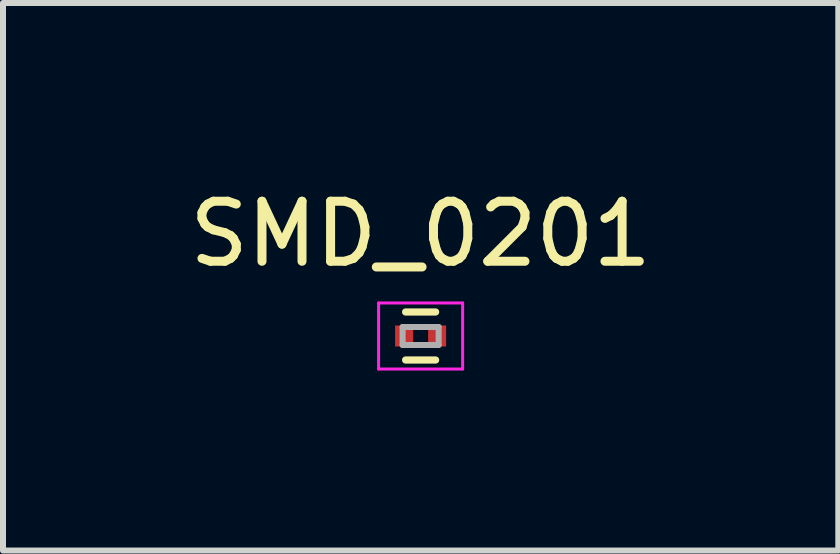
<source format=kicad_pcb>
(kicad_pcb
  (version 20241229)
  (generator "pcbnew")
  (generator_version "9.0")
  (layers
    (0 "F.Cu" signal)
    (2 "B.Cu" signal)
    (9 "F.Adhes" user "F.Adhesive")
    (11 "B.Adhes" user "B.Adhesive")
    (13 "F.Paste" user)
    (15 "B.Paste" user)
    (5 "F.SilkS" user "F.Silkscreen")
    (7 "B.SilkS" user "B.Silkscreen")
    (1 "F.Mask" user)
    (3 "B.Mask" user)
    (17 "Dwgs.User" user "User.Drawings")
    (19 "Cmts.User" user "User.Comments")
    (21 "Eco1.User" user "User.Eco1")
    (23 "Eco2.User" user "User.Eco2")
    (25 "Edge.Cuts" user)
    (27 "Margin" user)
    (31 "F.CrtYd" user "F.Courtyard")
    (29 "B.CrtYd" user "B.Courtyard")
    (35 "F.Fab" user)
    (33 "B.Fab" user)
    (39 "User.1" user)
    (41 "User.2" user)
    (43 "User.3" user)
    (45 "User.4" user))
  (footprint "SMD_0201"
    (layer "F.Cu")
    (at 3.958 2.548)
    (property "Reference" "SMD_0201" (at 0 -1.7 0) (layer "F.SilkS") (effects (font (size 1 1) (thickness 0.15))))
    (attr smd)
    (fp_line (start -0.25 -0.4) (end 0.25 -0.4) (stroke (width 0.12) (type solid)) (layer "F.SilkS"))
    (fp_line (start 0.25 0.4) (end -0.25 0.4) (stroke (width 0.12) (type solid)) (layer "F.SilkS"))
    (fp_line (start -0.7 -0.55) (end -0.7 0.55) (stroke (width 0.05) (type solid)) (layer "F.CrtYd"))
    (fp_line (start -0.7 -0.55) (end 0.7 -0.55) (stroke (width 0.05) (type solid)) (layer "F.CrtYd"))
    (fp_line (start -0.7 0.55) (end 0.7 0.55) (stroke (width 0.05) (type solid)) (layer "F.CrtYd"))
    (fp_line (start 0.7 -0.55) (end 0.7 0.55) (stroke (width 0.05) (type solid)) (layer "F.CrtYd"))
    (fp_line (start -0.3 -0.15) (end 0.3 -0.15) (stroke (width 0.1) (type solid)) (layer "F.Fab"))
    (fp_line (start -0.3 0.15) (end -0.3 -0.15) (stroke (width 0.1) (type solid)) (layer "F.Fab"))
    (fp_line (start 0.3 -0.15) (end 0.3 0.15) (stroke (width 0.1) (type solid)) (layer "F.Fab"))
    (fp_line (start 0.3 0.15) (end -0.3 0.15) (stroke (width 0.1) (type solid)) (layer "F.Fab"))
    (pad "1" smd rect (at -0.275 0) (size 0.3 0.35) (layers "F.Cu" "F.Mask" "F.Paste"))
    (pad "2" smd rect (at 0.275 0) (size 0.3 0.35) (layers "F.Cu" "F.Mask" "F.Paste")))
  (gr_rect
    (start -3 -3)
    (end 10.917 6.123)
    (stroke (width 0.1) (type default))
    (fill no)
    (layer "Edge.Cuts")))
</source>
